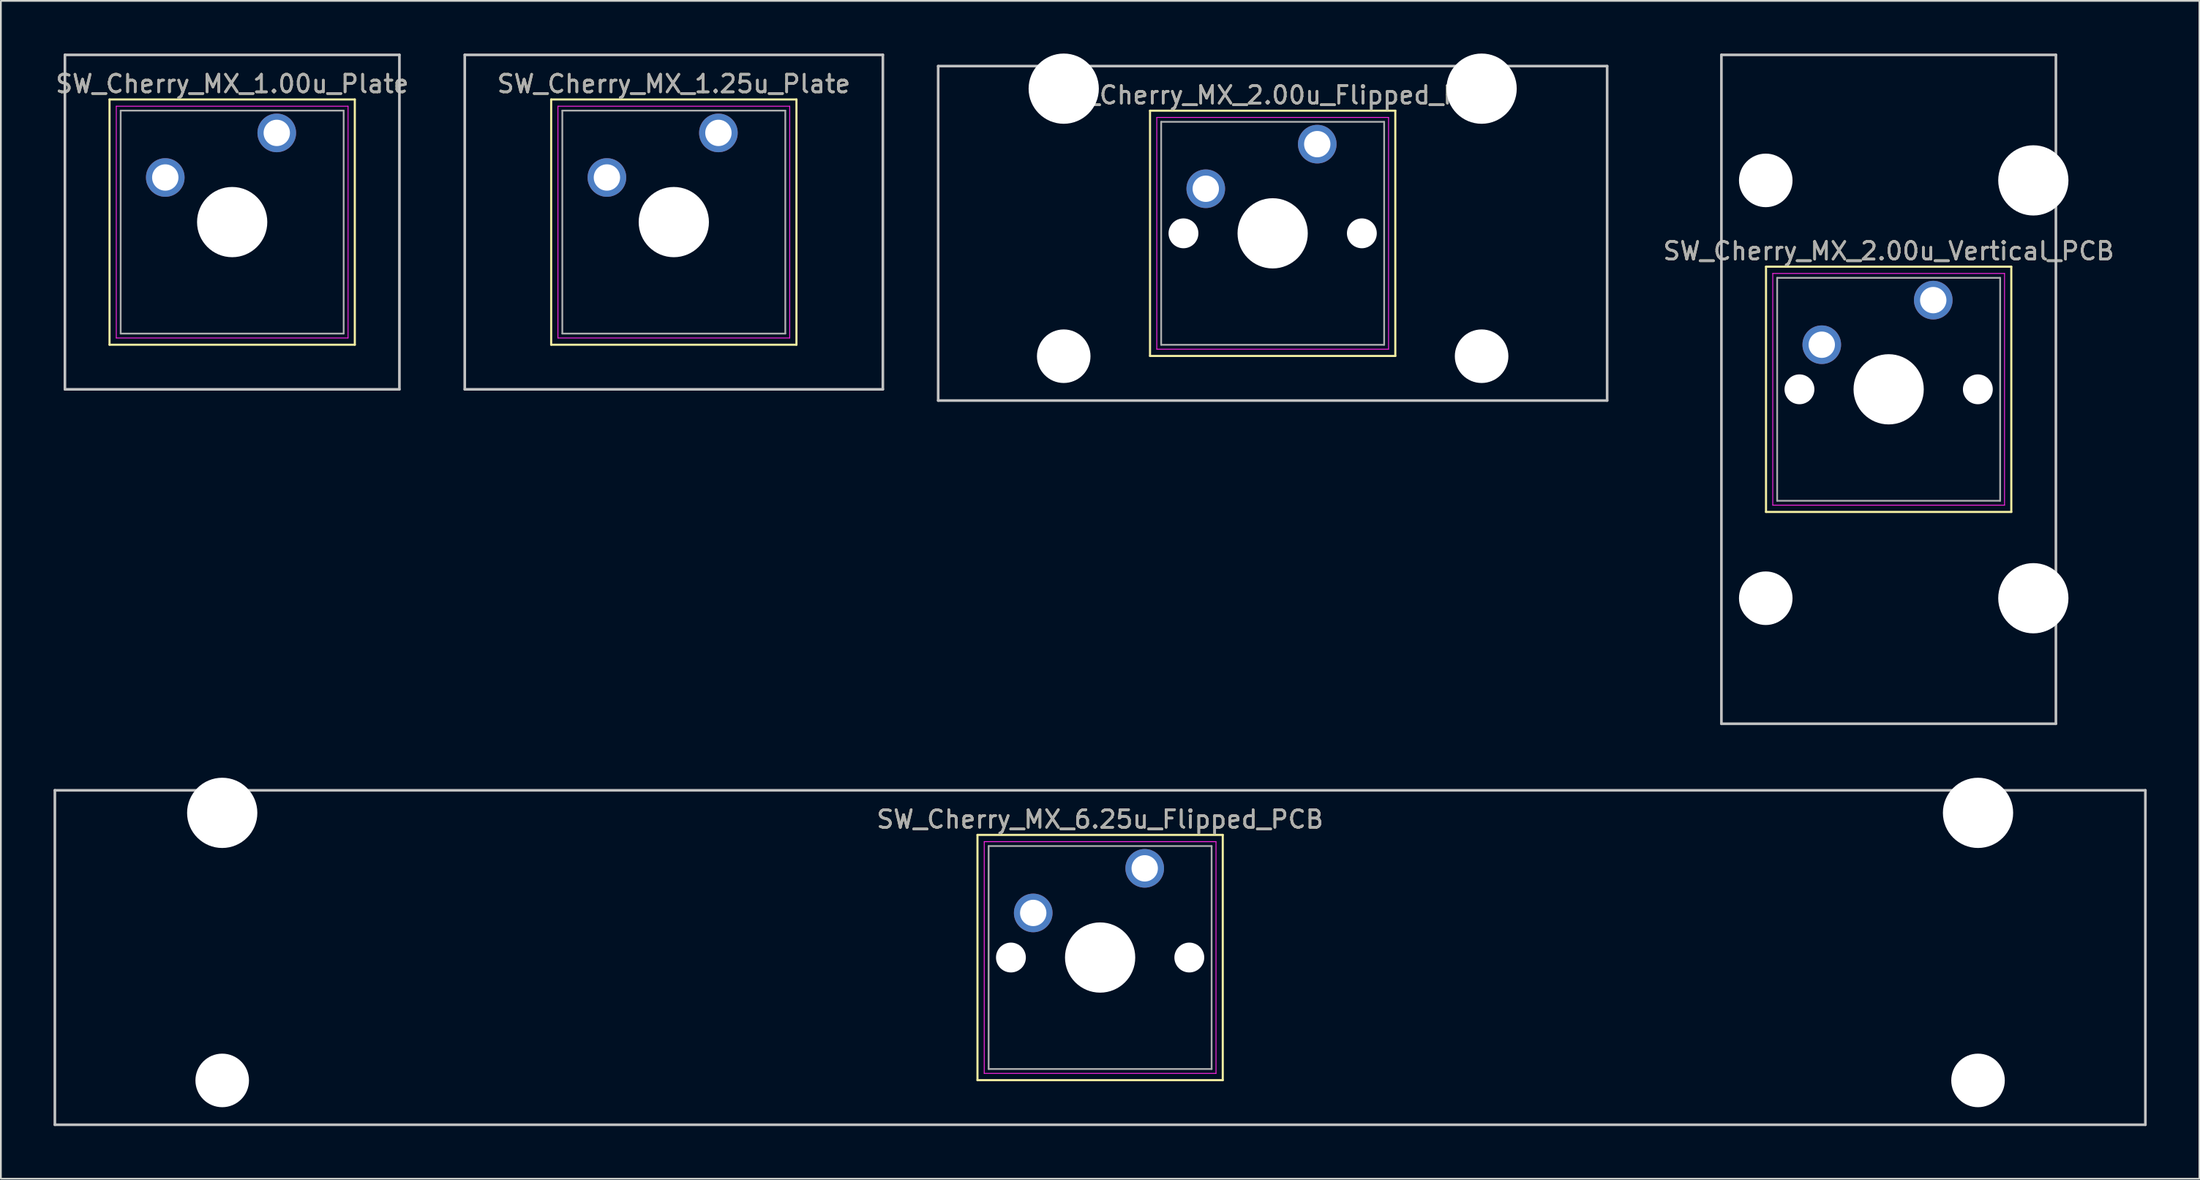
<source format=kicad_pcb>
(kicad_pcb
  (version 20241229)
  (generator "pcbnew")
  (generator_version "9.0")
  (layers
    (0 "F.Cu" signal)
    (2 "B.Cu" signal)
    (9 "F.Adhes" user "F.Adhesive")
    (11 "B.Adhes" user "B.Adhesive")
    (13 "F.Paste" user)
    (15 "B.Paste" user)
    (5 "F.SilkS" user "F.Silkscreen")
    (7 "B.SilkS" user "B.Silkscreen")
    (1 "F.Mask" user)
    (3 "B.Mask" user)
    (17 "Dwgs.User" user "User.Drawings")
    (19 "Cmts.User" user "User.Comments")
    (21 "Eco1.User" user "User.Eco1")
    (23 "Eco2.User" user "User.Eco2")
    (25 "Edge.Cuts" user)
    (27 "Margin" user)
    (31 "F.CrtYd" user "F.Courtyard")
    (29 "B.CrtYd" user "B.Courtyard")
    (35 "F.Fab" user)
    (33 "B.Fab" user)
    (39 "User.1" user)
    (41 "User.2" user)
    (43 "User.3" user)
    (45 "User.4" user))
  (footprint "SW_Cherry_MX_1.25u_Plate"
    (layer "F.Cu")
    (at 35.326 9.6)
    (property "Reference" "SW_Cherry_MX_1.25u_Plate" (at 0 -7.874 0) (layer "F.SilkS") (effects (font (size 1 1) (thickness 0.15))))
    (attr through_hole)
    (fp_line (start -6.985 -6.985) (end 6.985 -6.985) (stroke (width 0.12) (type solid)) (layer "F.SilkS"))
    (fp_line (start -6.985 6.985) (end -6.985 -6.985) (stroke (width 0.12) (type solid)) (layer "F.SilkS"))
    (fp_line (start 6.985 -6.985) (end 6.985 6.985) (stroke (width 0.12) (type solid)) (layer "F.SilkS"))
    (fp_line (start 6.985 6.985) (end -6.985 6.985) (stroke (width 0.12) (type solid)) (layer "F.SilkS"))
    (fp_line (start -11.906 -9.525) (end 11.906 -9.525) (stroke (width 0.15) (type solid)) (layer "Dwgs.User"))
    (fp_line (start -11.906 9.525) (end -11.906 -9.525) (stroke (width 0.15) (type solid)) (layer "Dwgs.User"))
    (fp_line (start 11.906 -9.525) (end 11.906 9.525) (stroke (width 0.15) (type solid)) (layer "Dwgs.User"))
    (fp_line (start 11.906 9.525) (end -11.906 9.525) (stroke (width 0.15) (type solid)) (layer "Dwgs.User"))
    (fp_line (start -6.6 -6.6) (end 6.6 -6.6) (stroke (width 0.05) (type solid)) (layer "F.CrtYd"))
    (fp_line (start -6.6 6.6) (end -6.6 -6.6) (stroke (width 0.05) (type solid)) (layer "F.CrtYd"))
    (fp_line (start 6.6 -6.6) (end 6.6 6.6) (stroke (width 0.05) (type solid)) (layer "F.CrtYd"))
    (fp_line (start 6.6 6.6) (end -6.6 6.6) (stroke (width 0.05) (type solid)) (layer "F.CrtYd"))
    (fp_line (start -6.35 -6.35) (end 6.35 -6.35) (stroke (width 0.1) (type solid)) (layer "F.Fab"))
    (fp_line (start -6.35 6.35) (end -6.35 -6.35) (stroke (width 0.1) (type solid)) (layer "F.Fab"))
    (fp_line (start 6.35 -6.35) (end 6.35 6.35) (stroke (width 0.1) (type solid)) (layer "F.Fab"))
    (fp_line (start 6.35 6.35) (end -6.35 6.35) (stroke (width 0.1) (type solid)) (layer "F.Fab"))
    (fp_text user "${REFERENCE}" (at 0 -7.874 0) (layer "F.Fab") (effects (font (size 1 1) (thickness 0.15))))
    (pad "" np_thru_hole circle (at 0 0) (size 4 4) (drill 4) (layers "*.Cu" "*.Mask"))
    (pad "1" thru_hole circle (at 2.54 -5.08) (size 2.2 2.2) (drill 1.5) (layers "*.Cu" "*.Mask"))
    (pad "2" thru_hole circle (at -3.81 -2.54) (size 2.2 2.2) (drill 1.5) (layers "*.Cu" "*.Mask")))
  (footprint "SW_Cherry_MX_2.00u_Flipped_PCB"
    (layer "F.Cu")
    (at 69.433 10.24)
    (property "Reference" "SW_Cherry_MX_2.00u_Flipped_PCB" (at 0 -7.874 0) (layer "F.SilkS") (effects (font (size 1 1) (thickness 0.15))))
    (attr through_hole)
    (fp_line (start -6.985 -6.985) (end 6.985 -6.985) (stroke (width 0.12) (type solid)) (layer "F.SilkS"))
    (fp_line (start -6.985 6.985) (end -6.985 -6.985) (stroke (width 0.12) (type solid)) (layer "F.SilkS"))
    (fp_line (start 6.985 -6.985) (end 6.985 6.985) (stroke (width 0.12) (type solid)) (layer "F.SilkS"))
    (fp_line (start 6.985 6.985) (end -6.985 6.985) (stroke (width 0.12) (type solid)) (layer "F.SilkS"))
    (fp_line (start -19.05 -9.525) (end 19.05 -9.525) (stroke (width 0.15) (type solid)) (layer "Dwgs.User"))
    (fp_line (start -19.05 9.525) (end -19.05 -9.525) (stroke (width 0.15) (type solid)) (layer "Dwgs.User"))
    (fp_line (start 19.05 -9.525) (end 19.05 9.525) (stroke (width 0.15) (type solid)) (layer "Dwgs.User"))
    (fp_line (start 19.05 9.525) (end -19.05 9.525) (stroke (width 0.15) (type solid)) (layer "Dwgs.User"))
    (fp_line (start -6.6 -6.6) (end 6.6 -6.6) (stroke (width 0.05) (type solid)) (layer "F.CrtYd"))
    (fp_line (start -6.6 6.6) (end -6.6 -6.6) (stroke (width 0.05) (type solid)) (layer "F.CrtYd"))
    (fp_line (start 6.6 -6.6) (end 6.6 6.6) (stroke (width 0.05) (type solid)) (layer "F.CrtYd"))
    (fp_line (start 6.6 6.6) (end -6.6 6.6) (stroke (width 0.05) (type solid)) (layer "F.CrtYd"))
    (fp_line (start -6.35 -6.35) (end 6.35 -6.35) (stroke (width 0.1) (type solid)) (layer "F.Fab"))
    (fp_line (start -6.35 6.35) (end -6.35 -6.35) (stroke (width 0.1) (type solid)) (layer "F.Fab"))
    (fp_line (start 6.35 -6.35) (end 6.35 6.35) (stroke (width 0.1) (type solid)) (layer "F.Fab"))
    (fp_line (start 6.35 6.35) (end -6.35 6.35) (stroke (width 0.1) (type solid)) (layer "F.Fab"))
    (fp_text user "${REFERENCE}" (at 0 -7.874 0) (layer "F.Fab") (effects (font (size 1 1) (thickness 0.15))))
    (pad "" np_thru_hole circle (at -11.9 -8.24 180) (size 4 4) (drill 4) (layers "*.Cu" "*.Mask"))
    (pad "" np_thru_hole circle (at -11.9 7 180) (size 3.05 3.05) (drill 3.05) (layers "*.Cu" "*.Mask"))
    (pad "" np_thru_hole circle (at -5.08 0) (size 1.7 1.7) (drill 1.7) (layers "*.Cu" "*.Mask"))
    (pad "" np_thru_hole circle (at 0 0) (size 4 4) (drill 4) (layers "*.Cu" "*.Mask"))
    (pad "" np_thru_hole circle (at 5.08 0) (size 1.7 1.7) (drill 1.7) (layers "*.Cu" "*.Mask"))
    (pad "" np_thru_hole circle (at 11.9 -8.24 180) (size 4 4) (drill 4) (layers "*.Cu" "*.Mask"))
    (pad "" np_thru_hole circle (at 11.9 7 180) (size 3.05 3.05) (drill 3.05) (layers "*.Cu" "*.Mask"))
    (pad "1" thru_hole circle (at 2.54 -5.08) (size 2.2 2.2) (drill 1.5) (layers "*.Cu" "*.Mask"))
    (pad "2" thru_hole circle (at -3.81 -2.54) (size 2.2 2.2) (drill 1.5) (layers "*.Cu" "*.Mask")))
  (footprint "SW_Cherry_MX_6.25u_Flipped_PCB"
    (layer "F.Cu")
    (at 59.606 51.49)
    (property "Reference" "SW_Cherry_MX_6.25u_Flipped_PCB" (at 0 -7.874 0) (layer "F.SilkS") (effects (font (size 1 1) (thickness 0.15))))
    (attr through_hole)
    (fp_line (start -6.985 -6.985) (end 6.985 -6.985) (stroke (width 0.12) (type solid)) (layer "F.SilkS"))
    (fp_line (start -6.985 6.985) (end -6.985 -6.985) (stroke (width 0.12) (type solid)) (layer "F.SilkS"))
    (fp_line (start 6.985 -6.985) (end 6.985 6.985) (stroke (width 0.12) (type solid)) (layer "F.SilkS"))
    (fp_line (start 6.985 6.985) (end -6.985 6.985) (stroke (width 0.12) (type solid)) (layer "F.SilkS"))
    (fp_line (start -59.531 -9.525) (end 59.531 -9.525) (stroke (width 0.15) (type solid)) (layer "Dwgs.User"))
    (fp_line (start -59.531 9.525) (end -59.531 -9.525) (stroke (width 0.15) (type solid)) (layer "Dwgs.User"))
    (fp_line (start 59.531 -9.525) (end 59.531 9.525) (stroke (width 0.15) (type solid)) (layer "Dwgs.User"))
    (fp_line (start 59.531 9.525) (end -59.531 9.525) (stroke (width 0.15) (type solid)) (layer "Dwgs.User"))
    (fp_line (start -6.6 -6.6) (end 6.6 -6.6) (stroke (width 0.05) (type solid)) (layer "F.CrtYd"))
    (fp_line (start -6.6 6.6) (end -6.6 -6.6) (stroke (width 0.05) (type solid)) (layer "F.CrtYd"))
    (fp_line (start 6.6 -6.6) (end 6.6 6.6) (stroke (width 0.05) (type solid)) (layer "F.CrtYd"))
    (fp_line (start 6.6 6.6) (end -6.6 6.6) (stroke (width 0.05) (type solid)) (layer "F.CrtYd"))
    (fp_line (start -6.35 -6.35) (end 6.35 -6.35) (stroke (width 0.1) (type solid)) (layer "F.Fab"))
    (fp_line (start -6.35 6.35) (end -6.35 -6.35) (stroke (width 0.1) (type solid)) (layer "F.Fab"))
    (fp_line (start 6.35 -6.35) (end 6.35 6.35) (stroke (width 0.1) (type solid)) (layer "F.Fab"))
    (fp_line (start 6.35 6.35) (end -6.35 6.35) (stroke (width 0.1) (type solid)) (layer "F.Fab"))
    (fp_text user "${REFERENCE}" (at 0 -7.874 0) (layer "F.Fab") (effects (font (size 1 1) (thickness 0.15))))
    (pad "" np_thru_hole circle (at -50 -8.24 180) (size 4 4) (drill 4) (layers "*.Cu" "*.Mask"))
    (pad "" np_thru_hole circle (at -50 7 180) (size 3.05 3.05) (drill 3.05) (layers "*.Cu" "*.Mask"))
    (pad "" np_thru_hole circle (at -5.08 0) (size 1.7 1.7) (drill 1.7) (layers "*.Cu" "*.Mask"))
    (pad "" np_thru_hole circle (at 0 0) (size 4 4) (drill 4) (layers "*.Cu" "*.Mask"))
    (pad "" np_thru_hole circle (at 5.08 0) (size 1.7 1.7) (drill 1.7) (layers "*.Cu" "*.Mask"))
    (pad "" np_thru_hole circle (at 50 -8.24 180) (size 4 4) (drill 4) (layers "*.Cu" "*.Mask"))
    (pad "" np_thru_hole circle (at 50 7 180) (size 3.05 3.05) (drill 3.05) (layers "*.Cu" "*.Mask"))
    (pad "1" thru_hole circle (at 2.54 -5.08) (size 2.2 2.2) (drill 1.5) (layers "*.Cu" "*.Mask"))
    (pad "2" thru_hole circle (at -3.81 -2.54) (size 2.2 2.2) (drill 1.5) (layers "*.Cu" "*.Mask")))
  (footprint "SW_Cherry_MX_2.00u_Vertical_PCB"
    (layer "F.Cu")
    (at 104.516 19.125)
    (property "Reference" "SW_Cherry_MX_2.00u_Vertical_PCB" (at 0 -7.874 0) (layer "F.SilkS") (effects (font (size 1 1) (thickness 0.15))))
    (attr through_hole)
    (fp_line (start -6.985 -6.985) (end 6.985 -6.985) (stroke (width 0.12) (type solid)) (layer "F.SilkS"))
    (fp_line (start -6.985 6.985) (end -6.985 -6.985) (stroke (width 0.12) (type solid)) (layer "F.SilkS"))
    (fp_line (start 6.985 -6.985) (end 6.985 6.985) (stroke (width 0.12) (type solid)) (layer "F.SilkS"))
    (fp_line (start 6.985 6.985) (end -6.985 6.985) (stroke (width 0.12) (type solid)) (layer "F.SilkS"))
    (fp_line (start -9.525 -19.05) (end 9.525 -19.05) (stroke (width 0.15) (type solid)) (layer "Dwgs.User"))
    (fp_line (start -9.525 19.05) (end -9.525 -19.05) (stroke (width 0.15) (type solid)) (layer "Dwgs.User"))
    (fp_line (start 9.525 -19.05) (end 9.525 19.05) (stroke (width 0.15) (type solid)) (layer "Dwgs.User"))
    (fp_line (start 9.525 19.05) (end -9.525 19.05) (stroke (width 0.15) (type solid)) (layer "Dwgs.User"))
    (fp_line (start -6.6 -6.6) (end 6.6 -6.6) (stroke (width 0.05) (type solid)) (layer "F.CrtYd"))
    (fp_line (start -6.6 6.6) (end -6.6 -6.6) (stroke (width 0.05) (type solid)) (layer "F.CrtYd"))
    (fp_line (start 6.6 -6.6) (end 6.6 6.6) (stroke (width 0.05) (type solid)) (layer "F.CrtYd"))
    (fp_line (start 6.6 6.6) (end -6.6 6.6) (stroke (width 0.05) (type solid)) (layer "F.CrtYd"))
    (fp_line (start -6.35 -6.35) (end 6.35 -6.35) (stroke (width 0.1) (type solid)) (layer "F.Fab"))
    (fp_line (start -6.35 6.35) (end -6.35 -6.35) (stroke (width 0.1) (type solid)) (layer "F.Fab"))
    (fp_line (start 6.35 -6.35) (end 6.35 6.35) (stroke (width 0.1) (type solid)) (layer "F.Fab"))
    (fp_line (start 6.35 6.35) (end -6.35 6.35) (stroke (width 0.1) (type solid)) (layer "F.Fab"))
    (fp_text user "${REFERENCE}" (at 0 -7.874 0) (layer "F.Fab") (effects (font (size 1 1) (thickness 0.15))))
    (pad "" np_thru_hole circle (at -7 -11.9) (size 3.05 3.05) (drill 3.05) (layers "*.Cu" "*.Mask"))
    (pad "" np_thru_hole circle (at -7 11.9) (size 3.05 3.05) (drill 3.05) (layers "*.Cu" "*.Mask"))
    (pad "" np_thru_hole circle (at -5.08 0) (size 1.7 1.7) (drill 1.7) (layers "*.Cu" "*.Mask"))
    (pad "" np_thru_hole circle (at 0 0) (size 4 4) (drill 4) (layers "*.Cu" "*.Mask"))
    (pad "" np_thru_hole circle (at 5.08 0) (size 1.7 1.7) (drill 1.7) (layers "*.Cu" "*.Mask"))
    (pad "" np_thru_hole circle (at 8.24 -11.9) (size 4 4) (drill 4) (layers "*.Cu" "*.Mask"))
    (pad "" np_thru_hole circle (at 8.24 11.9) (size 4 4) (drill 4) (layers "*.Cu" "*.Mask"))
    (pad "1" thru_hole circle (at 2.54 -5.08) (size 2.2 2.2) (drill 1.5) (layers "*.Cu" "*.Mask"))
    (pad "2" thru_hole circle (at -3.81 -2.54) (size 2.2 2.2) (drill 1.5) (layers "*.Cu" "*.Mask")))
  (footprint "SW_Cherry_MX_1.00u_Plate"
    (layer "F.Cu")
    (at 10.173 9.6)
    (property "Reference" "SW_Cherry_MX_1.00u_Plate" (at 0 -7.874 0) (layer "F.SilkS") (effects (font (size 1 1) (thickness 0.15))))
    (attr through_hole)
    (fp_line (start -6.985 -6.985) (end 6.985 -6.985) (stroke (width 0.12) (type solid)) (layer "F.SilkS"))
    (fp_line (start -6.985 6.985) (end -6.985 -6.985) (stroke (width 0.12) (type solid)) (layer "F.SilkS"))
    (fp_line (start 6.985 -6.985) (end 6.985 6.985) (stroke (width 0.12) (type solid)) (layer "F.SilkS"))
    (fp_line (start 6.985 6.985) (end -6.985 6.985) (stroke (width 0.12) (type solid)) (layer "F.SilkS"))
    (fp_line (start -9.525 -9.525) (end 9.525 -9.525) (stroke (width 0.15) (type solid)) (layer "Dwgs.User"))
    (fp_line (start -9.525 9.525) (end -9.525 -9.525) (stroke (width 0.15) (type solid)) (layer "Dwgs.User"))
    (fp_line (start 9.525 -9.525) (end 9.525 9.525) (stroke (width 0.15) (type solid)) (layer "Dwgs.User"))
    (fp_line (start 9.525 9.525) (end -9.525 9.525) (stroke (width 0.15) (type solid)) (layer "Dwgs.User"))
    (fp_line (start -6.6 -6.6) (end 6.6 -6.6) (stroke (width 0.05) (type solid)) (layer "F.CrtYd"))
    (fp_line (start -6.6 6.6) (end -6.6 -6.6) (stroke (width 0.05) (type solid)) (layer "F.CrtYd"))
    (fp_line (start 6.6 -6.6) (end 6.6 6.6) (stroke (width 0.05) (type solid)) (layer "F.CrtYd"))
    (fp_line (start 6.6 6.6) (end -6.6 6.6) (stroke (width 0.05) (type solid)) (layer "F.CrtYd"))
    (fp_line (start -6.35 -6.35) (end 6.35 -6.35) (stroke (width 0.1) (type solid)) (layer "F.Fab"))
    (fp_line (start -6.35 6.35) (end -6.35 -6.35) (stroke (width 0.1) (type solid)) (layer "F.Fab"))
    (fp_line (start 6.35 -6.35) (end 6.35 6.35) (stroke (width 0.1) (type solid)) (layer "F.Fab"))
    (fp_line (start 6.35 6.35) (end -6.35 6.35) (stroke (width 0.1) (type solid)) (layer "F.Fab"))
    (fp_text user "${REFERENCE}" (at 0 -7.874 0) (layer "F.Fab") (effects (font (size 1 1) (thickness 0.15))))
    (pad "" np_thru_hole circle (at 0 0) (size 4 4) (drill 4) (layers "*.Cu" "*.Mask"))
    (pad "1" thru_hole circle (at 2.54 -5.08) (size 2.2 2.2) (drill 1.5) (layers "*.Cu" "*.Mask"))
    (pad "2" thru_hole circle (at -3.81 -2.54) (size 2.2 2.2) (drill 1.5) (layers "*.Cu" "*.Mask")))
  (gr_rect
    (start -3 -3)
    (end 122.213 64.09)
    (stroke (width 0.1) (type default))
    (fill no)
    (layer "Edge.Cuts")))
</source>
